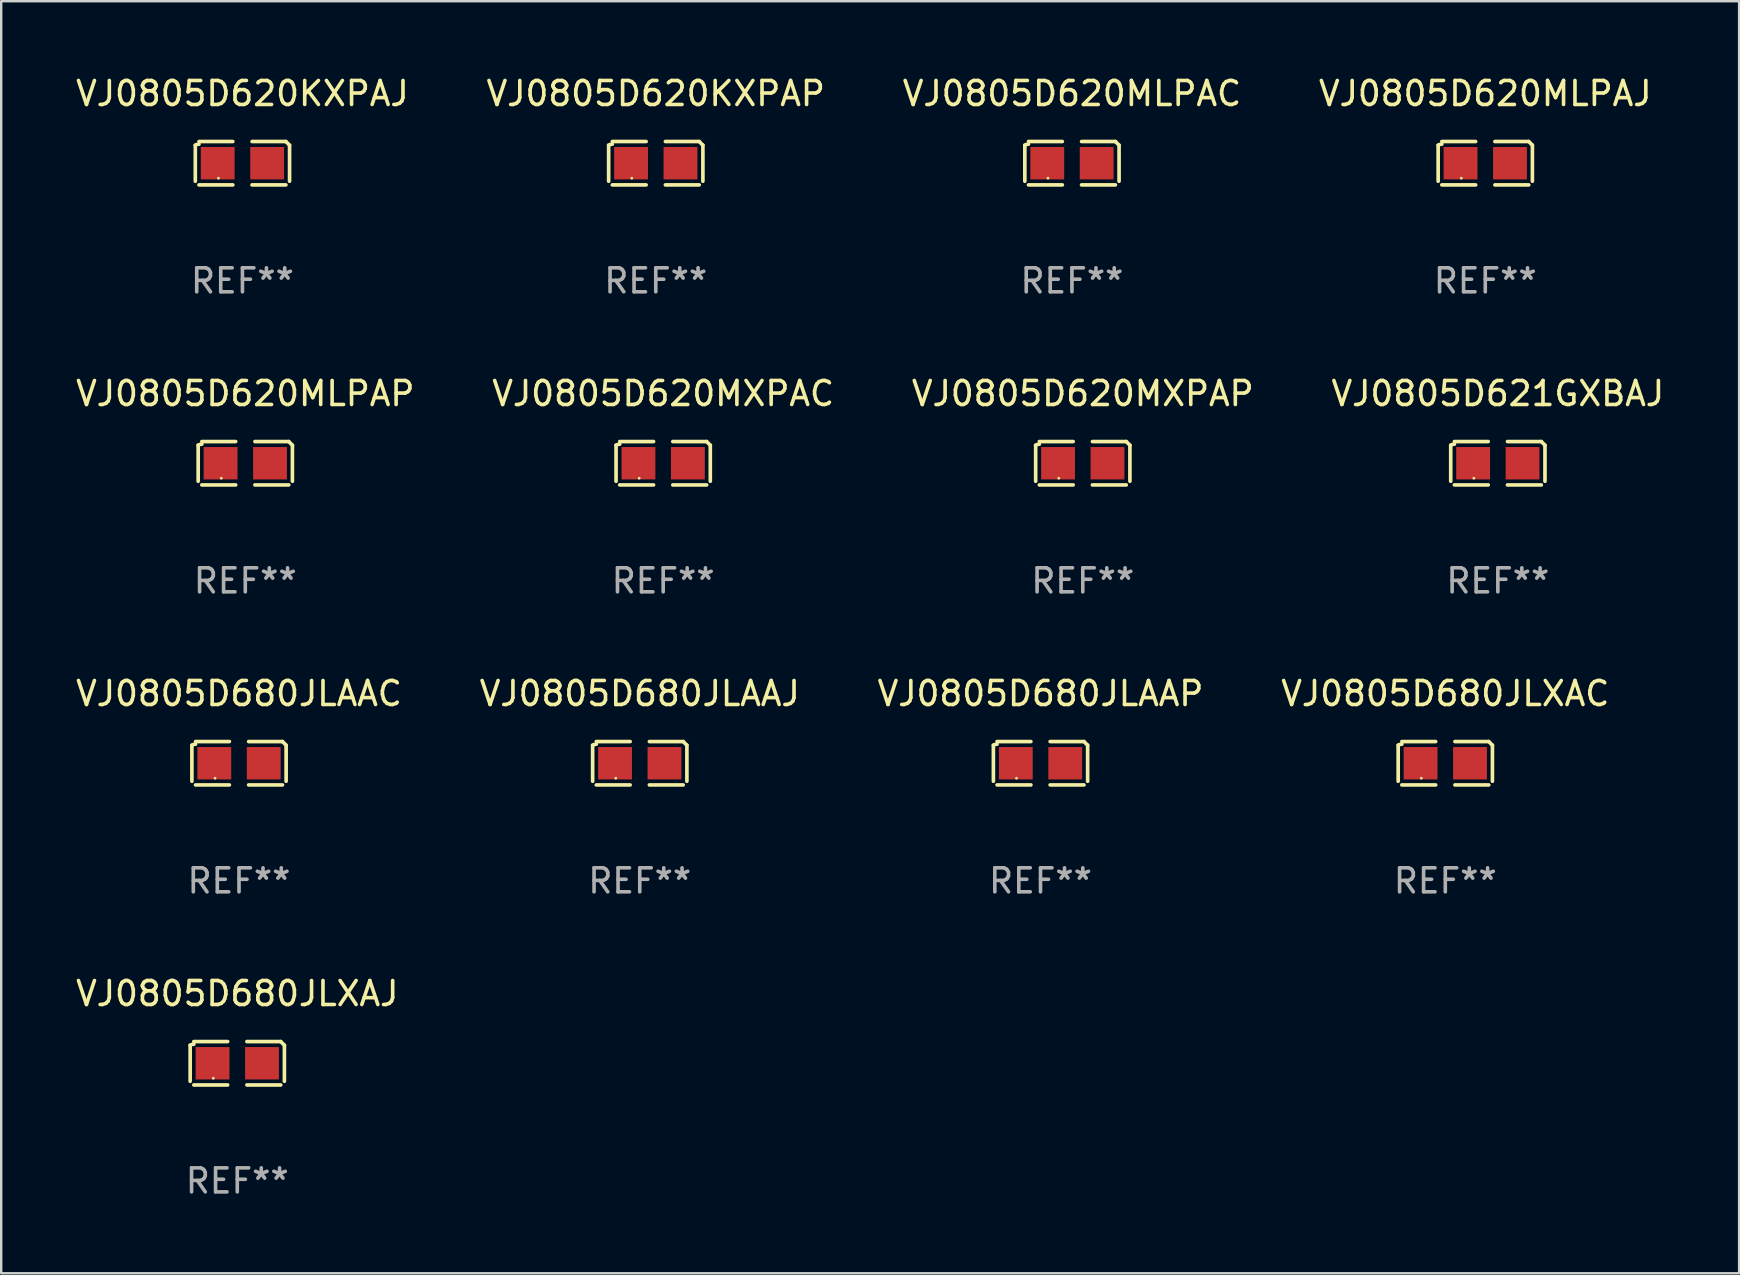
<source format=kicad_pcb>
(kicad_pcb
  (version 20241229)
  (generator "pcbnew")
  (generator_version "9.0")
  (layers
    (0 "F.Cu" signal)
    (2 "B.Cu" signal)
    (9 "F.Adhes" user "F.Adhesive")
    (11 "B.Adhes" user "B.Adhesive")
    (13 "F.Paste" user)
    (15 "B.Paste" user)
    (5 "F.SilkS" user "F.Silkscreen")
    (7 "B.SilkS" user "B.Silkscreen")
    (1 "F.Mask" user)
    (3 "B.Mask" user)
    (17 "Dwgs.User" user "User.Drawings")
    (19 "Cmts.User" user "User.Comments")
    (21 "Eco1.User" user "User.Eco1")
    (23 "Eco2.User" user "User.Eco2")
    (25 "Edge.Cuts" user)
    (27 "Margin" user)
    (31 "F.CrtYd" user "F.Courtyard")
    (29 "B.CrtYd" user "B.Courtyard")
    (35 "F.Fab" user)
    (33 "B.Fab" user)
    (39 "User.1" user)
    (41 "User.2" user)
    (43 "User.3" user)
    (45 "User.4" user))
  (footprint "VJ0805D620MXPAC"
    (layer "F.Cu")
    (at 24.589 16.256)
    (property "Reference" "VJ0805D620MXPAC" (at 0 -2.904 0) (layer "F.SilkS") (effects (font (size 1 1) (thickness 0.15))))
    (attr through_hole)
    (fp_line (start -1.964 0.751) (end -1.964 -0.751) (stroke (width 0.152) (type solid)) (layer "F.SilkS"))
    (fp_line (start -1.811 -0.904) (end -0.401 -0.904) (stroke (width 0.152) (type solid)) (layer "F.SilkS"))
    (fp_line (start -0.401 0.904) (end -1.811 0.904) (stroke (width 0.152) (type solid)) (layer "F.SilkS"))
    (fp_line (start 0.401 0.904) (end 1.811 0.904) (stroke (width 0.152) (type solid)) (layer "F.SilkS"))
    (fp_line (start 1.811 -0.904) (end 0.401 -0.904) (stroke (width 0.152) (type solid)) (layer "F.SilkS"))
    (fp_line (start 1.964 0.751) (end 1.964 -0.751) (stroke (width 0.152) (type solid)) (layer "F.SilkS"))
    (fp_arc (start -1.963602 -0.751207) (mid -1.890354 -0.783131) (end -1.811201 -0.794044) (stroke (width 0.1524) (type solid)) (layer "F.SilkS"))
    (fp_arc (start 1.811202 -0.903607) (mid 1.887413 -0.827418) (end 1.963602 -0.751207) (stroke (width 0.1524) (type solid)) (layer "F.SilkS"))
    (fp_circle (center -1 0.625) (end -0.97 0.625) (stroke (width 0.06) (type solid)) (fill no) (layer "F.SilkS"))
    (fp_text user "REF**" (at 0 4.904 0) (layer "F.Fab") (effects (font (size 1 1) (thickness 0.15))))
    (pad "1" smd rect (at -1.03 0) (size 1.41 1.35) (layers "F.Cu" "F.Mask" "F.Paste"))
    (pad "2" smd rect (at 1.03 0) (size 1.41 1.35) (layers "F.Cu" "F.Mask" "F.Paste")))
  (footprint "VJ0805D620KXPAP"
    (layer "F.Cu")
    (at 24.28 3.752)
    (property "Reference" "VJ0805D620KXPAP" (at 0 -2.904 0) (layer "F.SilkS") (effects (font (size 1 1) (thickness 0.15))))
    (attr through_hole)
    (fp_line (start -1.964 0.751) (end -1.964 -0.751) (stroke (width 0.152) (type solid)) (layer "F.SilkS"))
    (fp_line (start -1.811 -0.904) (end -0.401 -0.904) (stroke (width 0.152) (type solid)) (layer "F.SilkS"))
    (fp_line (start -0.401 0.904) (end -1.811 0.904) (stroke (width 0.152) (type solid)) (layer "F.SilkS"))
    (fp_line (start 0.401 0.904) (end 1.811 0.904) (stroke (width 0.152) (type solid)) (layer "F.SilkS"))
    (fp_line (start 1.811 -0.904) (end 0.401 -0.904) (stroke (width 0.152) (type solid)) (layer "F.SilkS"))
    (fp_line (start 1.964 0.751) (end 1.964 -0.751) (stroke (width 0.152) (type solid)) (layer "F.SilkS"))
    (fp_arc (start -1.963602 -0.751207) (mid -1.890354 -0.783131) (end -1.811201 -0.794044) (stroke (width 0.1524) (type solid)) (layer "F.SilkS"))
    (fp_arc (start 1.811202 -0.903607) (mid 1.887413 -0.827418) (end 1.963602 -0.751207) (stroke (width 0.1524) (type solid)) (layer "F.SilkS"))
    (fp_circle (center -1 0.625) (end -0.97 0.625) (stroke (width 0.06) (type solid)) (fill no) (layer "F.SilkS"))
    (fp_text user "REF**" (at 0 4.904 0) (layer "F.Fab") (effects (font (size 1 1) (thickness 0.15))))
    (pad "1" smd rect (at -1.03 0) (size 1.41 1.35) (layers "F.Cu" "F.Mask" "F.Paste"))
    (pad "2" smd rect (at 1.03 0) (size 1.41 1.35) (layers "F.Cu" "F.Mask" "F.Paste")))
  (footprint "VJ0805D680JLXAC"
    (layer "F.Cu")
    (at 57.185 28.759)
    (property "Reference" "VJ0805D680JLXAC" (at 0 -2.904 0) (layer "F.SilkS") (effects (font (size 1 1) (thickness 0.15))))
    (attr through_hole)
    (fp_line (start -1.964 0.751) (end -1.964 -0.751) (stroke (width 0.152) (type solid)) (layer "F.SilkS"))
    (fp_line (start -1.811 -0.904) (end -0.401 -0.904) (stroke (width 0.152) (type solid)) (layer "F.SilkS"))
    (fp_line (start -0.401 0.904) (end -1.811 0.904) (stroke (width 0.152) (type solid)) (layer "F.SilkS"))
    (fp_line (start 0.401 0.904) (end 1.811 0.904) (stroke (width 0.152) (type solid)) (layer "F.SilkS"))
    (fp_line (start 1.811 -0.904) (end 0.401 -0.904) (stroke (width 0.152) (type solid)) (layer "F.SilkS"))
    (fp_line (start 1.964 0.751) (end 1.964 -0.751) (stroke (width 0.152) (type solid)) (layer "F.SilkS"))
    (fp_arc (start -1.963602 -0.751207) (mid -1.890354 -0.783131) (end -1.811201 -0.794044) (stroke (width 0.1524) (type solid)) (layer "F.SilkS"))
    (fp_arc (start 1.811202 -0.903607) (mid 1.887413 -0.827418) (end 1.963602 -0.751207) (stroke (width 0.1524) (type solid)) (layer "F.SilkS"))
    (fp_circle (center -1 0.625) (end -0.97 0.625) (stroke (width 0.06) (type solid)) (fill no) (layer "F.SilkS"))
    (fp_text user "REF**" (at 0 4.904 0) (layer "F.Fab") (effects (font (size 1 1) (thickness 0.15))))
    (pad "1" smd rect (at -1.03 0) (size 1.41 1.35) (layers "F.Cu" "F.Mask" "F.Paste"))
    (pad "2" smd rect (at 1.03 0) (size 1.41 1.35) (layers "F.Cu" "F.Mask" "F.Paste")))
  (footprint "VJ0805D620MXPAP"
    (layer "F.Cu")
    (at 42.077 16.256)
    (property "Reference" "VJ0805D620MXPAP" (at 0 -2.904 0) (layer "F.SilkS") (effects (font (size 1 1) (thickness 0.15))))
    (attr through_hole)
    (fp_line (start -1.964 0.751) (end -1.964 -0.751) (stroke (width 0.152) (type solid)) (layer "F.SilkS"))
    (fp_line (start -1.811 -0.904) (end -0.401 -0.904) (stroke (width 0.152) (type solid)) (layer "F.SilkS"))
    (fp_line (start -0.401 0.904) (end -1.811 0.904) (stroke (width 0.152) (type solid)) (layer "F.SilkS"))
    (fp_line (start 0.401 0.904) (end 1.811 0.904) (stroke (width 0.152) (type solid)) (layer "F.SilkS"))
    (fp_line (start 1.811 -0.904) (end 0.401 -0.904) (stroke (width 0.152) (type solid)) (layer "F.SilkS"))
    (fp_line (start 1.964 0.751) (end 1.964 -0.751) (stroke (width 0.152) (type solid)) (layer "F.SilkS"))
    (fp_arc (start -1.963602 -0.751207) (mid -1.890354 -0.783131) (end -1.811201 -0.794044) (stroke (width 0.1524) (type solid)) (layer "F.SilkS"))
    (fp_arc (start 1.811202 -0.903607) (mid 1.887413 -0.827418) (end 1.963602 -0.751207) (stroke (width 0.1524) (type solid)) (layer "F.SilkS"))
    (fp_circle (center -1 0.625) (end -0.97 0.625) (stroke (width 0.06) (type solid)) (fill no) (layer "F.SilkS"))
    (fp_text user "REF**" (at 0 4.904 0) (layer "F.Fab") (effects (font (size 1 1) (thickness 0.15))))
    (pad "1" smd rect (at -1.03 0) (size 1.41 1.35) (layers "F.Cu" "F.Mask" "F.Paste"))
    (pad "2" smd rect (at 1.03 0) (size 1.41 1.35) (layers "F.Cu" "F.Mask" "F.Paste")))
  (footprint "VJ0805D620MLPAP"
    (layer "F.Cu")
    (at 7.173 16.256)
    (property "Reference" "VJ0805D620MLPAP" (at 0 -2.904 0) (layer "F.SilkS") (effects (font (size 1 1) (thickness 0.15))))
    (attr through_hole)
    (fp_line (start -1.964 0.751) (end -1.964 -0.751) (stroke (width 0.152) (type solid)) (layer "F.SilkS"))
    (fp_line (start -1.811 -0.904) (end -0.401 -0.904) (stroke (width 0.152) (type solid)) (layer "F.SilkS"))
    (fp_line (start -0.401 0.904) (end -1.811 0.904) (stroke (width 0.152) (type solid)) (layer "F.SilkS"))
    (fp_line (start 0.401 0.904) (end 1.811 0.904) (stroke (width 0.152) (type solid)) (layer "F.SilkS"))
    (fp_line (start 1.811 -0.904) (end 0.401 -0.904) (stroke (width 0.152) (type solid)) (layer "F.SilkS"))
    (fp_line (start 1.964 0.751) (end 1.964 -0.751) (stroke (width 0.152) (type solid)) (layer "F.SilkS"))
    (fp_arc (start -1.963602 -0.751207) (mid -1.890354 -0.783131) (end -1.811201 -0.794044) (stroke (width 0.1524) (type solid)) (layer "F.SilkS"))
    (fp_arc (start 1.811202 -0.903607) (mid 1.887413 -0.827418) (end 1.963602 -0.751207) (stroke (width 0.1524) (type solid)) (layer "F.SilkS"))
    (fp_circle (center -1 0.625) (end -0.97 0.625) (stroke (width 0.06) (type solid)) (fill no) (layer "F.SilkS"))
    (fp_text user "REF**" (at 0 4.904 0) (layer "F.Fab") (effects (font (size 1 1) (thickness 0.15))))
    (pad "1" smd rect (at -1.03 0) (size 1.41 1.35) (layers "F.Cu" "F.Mask" "F.Paste"))
    (pad "2" smd rect (at 1.03 0) (size 1.41 1.35) (layers "F.Cu" "F.Mask" "F.Paste")))
  (footprint "VJ0805D621GXBAJ"
    (layer "F.Cu")
    (at 59.375 16.256)
    (property "Reference" "VJ0805D621GXBAJ" (at 0 -2.904 0) (layer "F.SilkS") (effects (font (size 1 1) (thickness 0.15))))
    (attr through_hole)
    (fp_line (start -1.964 0.751) (end -1.964 -0.751) (stroke (width 0.152) (type solid)) (layer "F.SilkS"))
    (fp_line (start -1.811 -0.904) (end -0.401 -0.904) (stroke (width 0.152) (type solid)) (layer "F.SilkS"))
    (fp_line (start -0.401 0.904) (end -1.811 0.904) (stroke (width 0.152) (type solid)) (layer "F.SilkS"))
    (fp_line (start 0.401 0.904) (end 1.811 0.904) (stroke (width 0.152) (type solid)) (layer "F.SilkS"))
    (fp_line (start 1.811 -0.904) (end 0.401 -0.904) (stroke (width 0.152) (type solid)) (layer "F.SilkS"))
    (fp_line (start 1.964 0.751) (end 1.964 -0.751) (stroke (width 0.152) (type solid)) (layer "F.SilkS"))
    (fp_arc (start -1.963602 -0.751207) (mid -1.890354 -0.783131) (end -1.811201 -0.794044) (stroke (width 0.1524) (type solid)) (layer "F.SilkS"))
    (fp_arc (start 1.811202 -0.903607) (mid 1.887413 -0.827418) (end 1.963602 -0.751207) (stroke (width 0.1524) (type solid)) (layer "F.SilkS"))
    (fp_circle (center -1 0.625) (end -0.97 0.625) (stroke (width 0.06) (type solid)) (fill no) (layer "F.SilkS"))
    (fp_text user "REF**" (at 0 4.904 0) (layer "F.Fab") (effects (font (size 1 1) (thickness 0.15))))
    (pad "1" smd rect (at -1.03 0) (size 1.41 1.35) (layers "F.Cu" "F.Mask" "F.Paste"))
    (pad "2" smd rect (at 1.03 0) (size 1.41 1.35) (layers "F.Cu" "F.Mask" "F.Paste")))
  (footprint "VJ0805D620MLPAC"
    (layer "F.Cu")
    (at 41.625 3.752)
    (property "Reference" "VJ0805D620MLPAC" (at 0 -2.904 0) (layer "F.SilkS") (effects (font (size 1 1) (thickness 0.15))))
    (attr through_hole)
    (fp_line (start -1.964 0.751) (end -1.964 -0.751) (stroke (width 0.152) (type solid)) (layer "F.SilkS"))
    (fp_line (start -1.811 -0.904) (end -0.401 -0.904) (stroke (width 0.152) (type solid)) (layer "F.SilkS"))
    (fp_line (start -0.401 0.904) (end -1.811 0.904) (stroke (width 0.152) (type solid)) (layer "F.SilkS"))
    (fp_line (start 0.401 0.904) (end 1.811 0.904) (stroke (width 0.152) (type solid)) (layer "F.SilkS"))
    (fp_line (start 1.811 -0.904) (end 0.401 -0.904) (stroke (width 0.152) (type solid)) (layer "F.SilkS"))
    (fp_line (start 1.964 0.751) (end 1.964 -0.751) (stroke (width 0.152) (type solid)) (layer "F.SilkS"))
    (fp_arc (start -1.963602 -0.751207) (mid -1.890354 -0.783131) (end -1.811201 -0.794044) (stroke (width 0.1524) (type solid)) (layer "F.SilkS"))
    (fp_arc (start 1.811202 -0.903607) (mid 1.887413 -0.827418) (end 1.963602 -0.751207) (stroke (width 0.1524) (type solid)) (layer "F.SilkS"))
    (fp_circle (center -1 0.625) (end -0.97 0.625) (stroke (width 0.06) (type solid)) (fill no) (layer "F.SilkS"))
    (fp_text user "REF**" (at 0 4.904 0) (layer "F.Fab") (effects (font (size 1 1) (thickness 0.15))))
    (pad "1" smd rect (at -1.03 0) (size 1.41 1.35) (layers "F.Cu" "F.Mask" "F.Paste"))
    (pad "2" smd rect (at 1.03 0) (size 1.41 1.35) (layers "F.Cu" "F.Mask" "F.Paste")))
  (footprint "VJ0805D680JLAAC"
    (layer "F.Cu")
    (at 6.911 28.759)
    (property "Reference" "VJ0805D680JLAAC" (at 0 -2.904 0) (layer "F.SilkS") (effects (font (size 1 1) (thickness 0.15))))
    (attr through_hole)
    (fp_line (start -1.964 0.751) (end -1.964 -0.751) (stroke (width 0.152) (type solid)) (layer "F.SilkS"))
    (fp_line (start -1.811 -0.904) (end -0.401 -0.904) (stroke (width 0.152) (type solid)) (layer "F.SilkS"))
    (fp_line (start -0.401 0.904) (end -1.811 0.904) (stroke (width 0.152) (type solid)) (layer "F.SilkS"))
    (fp_line (start 0.401 0.904) (end 1.811 0.904) (stroke (width 0.152) (type solid)) (layer "F.SilkS"))
    (fp_line (start 1.811 -0.904) (end 0.401 -0.904) (stroke (width 0.152) (type solid)) (layer "F.SilkS"))
    (fp_line (start 1.964 0.751) (end 1.964 -0.751) (stroke (width 0.152) (type solid)) (layer "F.SilkS"))
    (fp_arc (start -1.963602 -0.751207) (mid -1.890354 -0.783131) (end -1.811201 -0.794044) (stroke (width 0.1524) (type solid)) (layer "F.SilkS"))
    (fp_arc (start 1.811202 -0.903607) (mid 1.887413 -0.827418) (end 1.963602 -0.751207) (stroke (width 0.1524) (type solid)) (layer "F.SilkS"))
    (fp_circle (center -1 0.625) (end -0.97 0.625) (stroke (width 0.06) (type solid)) (fill no) (layer "F.SilkS"))
    (fp_text user "REF**" (at 0 4.904 0) (layer "F.Fab") (effects (font (size 1 1) (thickness 0.15))))
    (pad "1" smd rect (at -1.03 0) (size 1.41 1.35) (layers "F.Cu" "F.Mask" "F.Paste"))
    (pad "2" smd rect (at 1.03 0) (size 1.41 1.35) (layers "F.Cu" "F.Mask" "F.Paste")))
  (footprint "VJ0805D680JLAAJ"
    (layer "F.Cu")
    (at 23.613 28.759)
    (property "Reference" "VJ0805D680JLAAJ" (at 0 -2.904 0) (layer "F.SilkS") (effects (font (size 1 1) (thickness 0.15))))
    (attr through_hole)
    (fp_line (start -1.964 0.751) (end -1.964 -0.751) (stroke (width 0.152) (type solid)) (layer "F.SilkS"))
    (fp_line (start -1.811 -0.904) (end -0.401 -0.904) (stroke (width 0.152) (type solid)) (layer "F.SilkS"))
    (fp_line (start -0.401 0.904) (end -1.811 0.904) (stroke (width 0.152) (type solid)) (layer "F.SilkS"))
    (fp_line (start 0.401 0.904) (end 1.811 0.904) (stroke (width 0.152) (type solid)) (layer "F.SilkS"))
    (fp_line (start 1.811 -0.904) (end 0.401 -0.904) (stroke (width 0.152) (type solid)) (layer "F.SilkS"))
    (fp_line (start 1.964 0.751) (end 1.964 -0.751) (stroke (width 0.152) (type solid)) (layer "F.SilkS"))
    (fp_arc (start -1.963602 -0.751207) (mid -1.890354 -0.783131) (end -1.811201 -0.794044) (stroke (width 0.1524) (type solid)) (layer "F.SilkS"))
    (fp_arc (start 1.811202 -0.903607) (mid 1.887413 -0.827418) (end 1.963602 -0.751207) (stroke (width 0.1524) (type solid)) (layer "F.SilkS"))
    (fp_circle (center -1 0.625) (end -0.97 0.625) (stroke (width 0.06) (type solid)) (fill no) (layer "F.SilkS"))
    (fp_text user "REF**" (at 0 4.904 0) (layer "F.Fab") (effects (font (size 1 1) (thickness 0.15))))
    (pad "1" smd rect (at -1.03 0) (size 1.41 1.35) (layers "F.Cu" "F.Mask" "F.Paste"))
    (pad "2" smd rect (at 1.03 0) (size 1.41 1.35) (layers "F.Cu" "F.Mask" "F.Paste")))
  (footprint "VJ0805D680JLAAP"
    (layer "F.Cu")
    (at 40.315 28.759)
    (property "Reference" "VJ0805D680JLAAP" (at 0 -2.904 0) (layer "F.SilkS") (effects (font (size 1 1) (thickness 0.15))))
    (attr through_hole)
    (fp_line (start -1.964 0.751) (end -1.964 -0.751) (stroke (width 0.152) (type solid)) (layer "F.SilkS"))
    (fp_line (start -1.811 -0.904) (end -0.401 -0.904) (stroke (width 0.152) (type solid)) (layer "F.SilkS"))
    (fp_line (start -0.401 0.904) (end -1.811 0.904) (stroke (width 0.152) (type solid)) (layer "F.SilkS"))
    (fp_line (start 0.401 0.904) (end 1.811 0.904) (stroke (width 0.152) (type solid)) (layer "F.SilkS"))
    (fp_line (start 1.811 -0.904) (end 0.401 -0.904) (stroke (width 0.152) (type solid)) (layer "F.SilkS"))
    (fp_line (start 1.964 0.751) (end 1.964 -0.751) (stroke (width 0.152) (type solid)) (layer "F.SilkS"))
    (fp_arc (start -1.963602 -0.751207) (mid -1.890354 -0.783131) (end -1.811201 -0.794044) (stroke (width 0.1524) (type solid)) (layer "F.SilkS"))
    (fp_arc (start 1.811202 -0.903607) (mid 1.887413 -0.827418) (end 1.963602 -0.751207) (stroke (width 0.1524) (type solid)) (layer "F.SilkS"))
    (fp_circle (center -1 0.625) (end -0.97 0.625) (stroke (width 0.06) (type solid)) (fill no) (layer "F.SilkS"))
    (fp_text user "REF**" (at 0 4.904 0) (layer "F.Fab") (effects (font (size 1 1) (thickness 0.15))))
    (pad "1" smd rect (at -1.03 0) (size 1.41 1.35) (layers "F.Cu" "F.Mask" "F.Paste"))
    (pad "2" smd rect (at 1.03 0) (size 1.41 1.35) (layers "F.Cu" "F.Mask" "F.Paste")))
  (footprint "VJ0805D620KXPAJ"
    (layer "F.Cu")
    (at 7.054 3.752)
    (property "Reference" "VJ0805D620KXPAJ" (at 0 -2.904 0) (layer "F.SilkS") (effects (font (size 1 1) (thickness 0.15))))
    (attr through_hole)
    (fp_line (start -1.964 0.751) (end -1.964 -0.751) (stroke (width 0.152) (type solid)) (layer "F.SilkS"))
    (fp_line (start -1.811 -0.904) (end -0.401 -0.904) (stroke (width 0.152) (type solid)) (layer "F.SilkS"))
    (fp_line (start -0.401 0.904) (end -1.811 0.904) (stroke (width 0.152) (type solid)) (layer "F.SilkS"))
    (fp_line (start 0.401 0.904) (end 1.811 0.904) (stroke (width 0.152) (type solid)) (layer "F.SilkS"))
    (fp_line (start 1.811 -0.904) (end 0.401 -0.904) (stroke (width 0.152) (type solid)) (layer "F.SilkS"))
    (fp_line (start 1.964 0.751) (end 1.964 -0.751) (stroke (width 0.152) (type solid)) (layer "F.SilkS"))
    (fp_arc (start -1.963602 -0.751207) (mid -1.890354 -0.783131) (end -1.811201 -0.794044) (stroke (width 0.1524) (type solid)) (layer "F.SilkS"))
    (fp_arc (start 1.811202 -0.903607) (mid 1.887413 -0.827418) (end 1.963602 -0.751207) (stroke (width 0.1524) (type solid)) (layer "F.SilkS"))
    (fp_circle (center -1 0.625) (end -0.97 0.625) (stroke (width 0.06) (type solid)) (fill no) (layer "F.SilkS"))
    (fp_text user "REF**" (at 0 4.904 0) (layer "F.Fab") (effects (font (size 1 1) (thickness 0.15))))
    (pad "1" smd rect (at -1.03 0) (size 1.41 1.35) (layers "F.Cu" "F.Mask" "F.Paste"))
    (pad "2" smd rect (at 1.03 0) (size 1.41 1.35) (layers "F.Cu" "F.Mask" "F.Paste")))
  (footprint "VJ0805D680JLXAJ"
    (layer "F.Cu")
    (at 6.839 41.263)
    (property "Reference" "VJ0805D680JLXAJ" (at 0 -2.904 0) (layer "F.SilkS") (effects (font (size 1 1) (thickness 0.15))))
    (attr through_hole)
    (fp_line (start -1.964 0.751) (end -1.964 -0.751) (stroke (width 0.152) (type solid)) (layer "F.SilkS"))
    (fp_line (start -1.811 -0.904) (end -0.401 -0.904) (stroke (width 0.152) (type solid)) (layer "F.SilkS"))
    (fp_line (start -0.401 0.904) (end -1.811 0.904) (stroke (width 0.152) (type solid)) (layer "F.SilkS"))
    (fp_line (start 0.401 0.904) (end 1.811 0.904) (stroke (width 0.152) (type solid)) (layer "F.SilkS"))
    (fp_line (start 1.811 -0.904) (end 0.401 -0.904) (stroke (width 0.152) (type solid)) (layer "F.SilkS"))
    (fp_line (start 1.964 0.751) (end 1.964 -0.751) (stroke (width 0.152) (type solid)) (layer "F.SilkS"))
    (fp_arc (start -1.963602 -0.751207) (mid -1.890354 -0.783131) (end -1.811201 -0.794044) (stroke (width 0.1524) (type solid)) (layer "F.SilkS"))
    (fp_arc (start 1.811202 -0.903607) (mid 1.887413 -0.827418) (end 1.963602 -0.751207) (stroke (width 0.1524) (type solid)) (layer "F.SilkS"))
    (fp_circle (center -1 0.625) (end -0.97 0.625) (stroke (width 0.06) (type solid)) (fill no) (layer "F.SilkS"))
    (fp_text user "REF**" (at 0 4.904 0) (layer "F.Fab") (effects (font (size 1 1) (thickness 0.15))))
    (pad "1" smd rect (at -1.03 0) (size 1.41 1.35) (layers "F.Cu" "F.Mask" "F.Paste"))
    (pad "2" smd rect (at 1.03 0) (size 1.41 1.35) (layers "F.Cu" "F.Mask" "F.Paste")))
  (footprint "VJ0805D620MLPAJ"
    (layer "F.Cu")
    (at 58.851 3.752)
    (property "Reference" "VJ0805D620MLPAJ" (at 0 -2.904 0) (layer "F.SilkS") (effects (font (size 1 1) (thickness 0.15))))
    (attr through_hole)
    (fp_line (start -1.964 0.751) (end -1.964 -0.751) (stroke (width 0.152) (type solid)) (layer "F.SilkS"))
    (fp_line (start -1.811 -0.904) (end -0.401 -0.904) (stroke (width 0.152) (type solid)) (layer "F.SilkS"))
    (fp_line (start -0.401 0.904) (end -1.811 0.904) (stroke (width 0.152) (type solid)) (layer "F.SilkS"))
    (fp_line (start 0.401 0.904) (end 1.811 0.904) (stroke (width 0.152) (type solid)) (layer "F.SilkS"))
    (fp_line (start 1.811 -0.904) (end 0.401 -0.904) (stroke (width 0.152) (type solid)) (layer "F.SilkS"))
    (fp_line (start 1.964 0.751) (end 1.964 -0.751) (stroke (width 0.152) (type solid)) (layer "F.SilkS"))
    (fp_arc (start -1.963602 -0.751207) (mid -1.890354 -0.783131) (end -1.811201 -0.794044) (stroke (width 0.1524) (type solid)) (layer "F.SilkS"))
    (fp_arc (start 1.811202 -0.903607) (mid 1.887413 -0.827418) (end 1.963602 -0.751207) (stroke (width 0.1524) (type solid)) (layer "F.SilkS"))
    (fp_circle (center -1 0.625) (end -0.97 0.625) (stroke (width 0.06) (type solid)) (fill no) (layer "F.SilkS"))
    (fp_text user "REF**" (at 0 4.904 0) (layer "F.Fab") (effects (font (size 1 1) (thickness 0.15))))
    (pad "1" smd rect (at -1.03 0) (size 1.41 1.35) (layers "F.Cu" "F.Mask" "F.Paste"))
    (pad "2" smd rect (at 1.03 0) (size 1.41 1.35) (layers "F.Cu" "F.Mask" "F.Paste")))
  (gr_rect
    (start -3 -3)
    (end 69.429 50.015)
    (stroke (width 0.1) (type default))
    (fill no)
    (layer "Edge.Cuts")))
</source>
